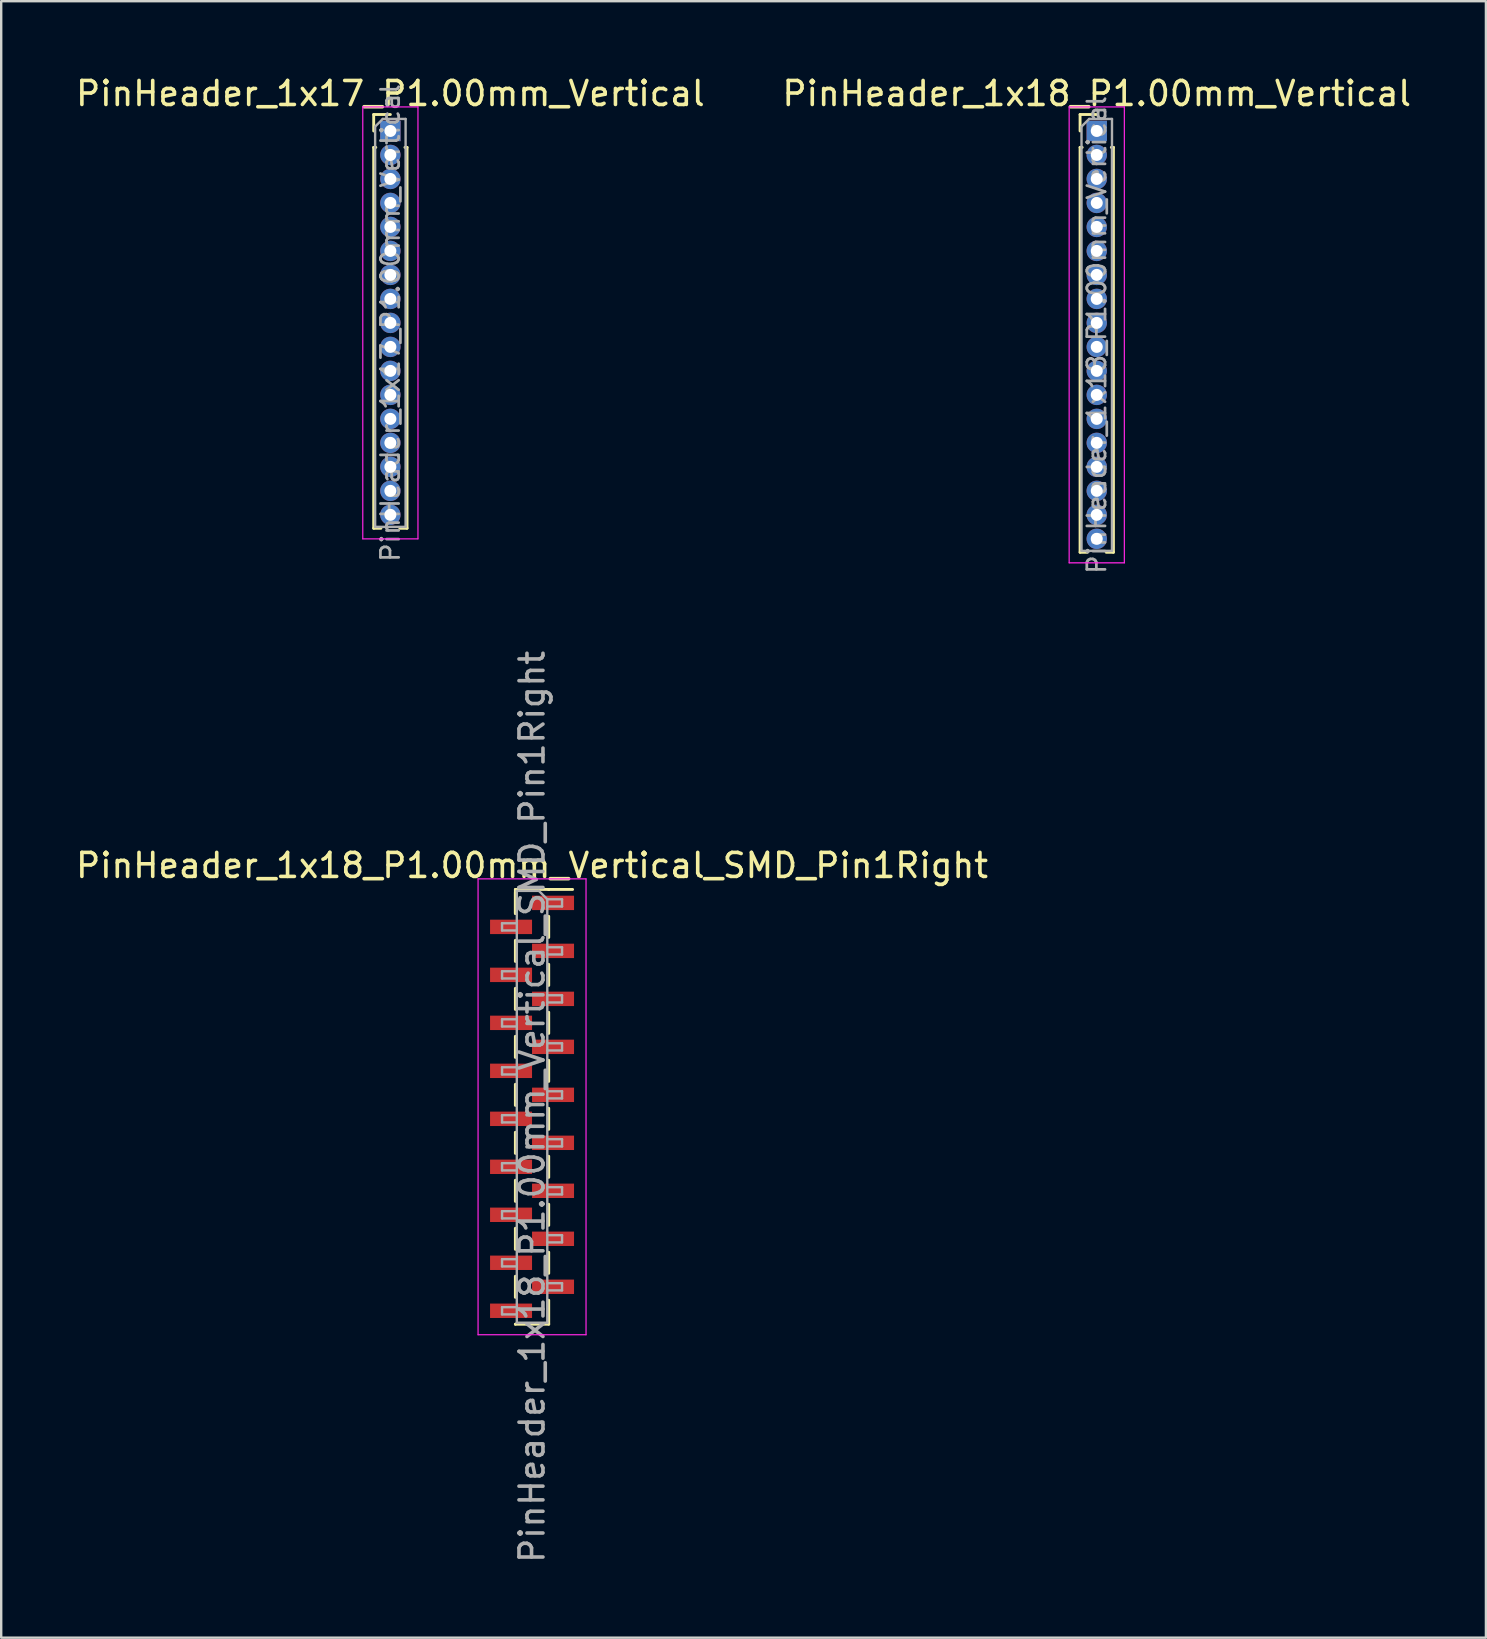
<source format=kicad_pcb>
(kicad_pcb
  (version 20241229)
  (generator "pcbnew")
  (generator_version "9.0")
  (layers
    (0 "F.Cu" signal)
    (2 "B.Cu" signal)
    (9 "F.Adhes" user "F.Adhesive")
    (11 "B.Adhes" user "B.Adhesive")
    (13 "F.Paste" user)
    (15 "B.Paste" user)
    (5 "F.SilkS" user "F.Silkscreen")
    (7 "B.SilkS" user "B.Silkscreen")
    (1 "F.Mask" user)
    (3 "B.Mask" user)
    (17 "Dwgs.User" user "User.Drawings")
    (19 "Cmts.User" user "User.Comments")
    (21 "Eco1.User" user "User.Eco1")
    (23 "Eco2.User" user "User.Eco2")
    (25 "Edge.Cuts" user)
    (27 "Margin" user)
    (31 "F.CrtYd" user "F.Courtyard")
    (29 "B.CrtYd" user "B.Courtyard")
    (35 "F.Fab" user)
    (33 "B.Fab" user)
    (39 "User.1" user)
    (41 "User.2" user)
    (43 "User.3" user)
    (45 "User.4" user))
  (footprint "PinHeader_1x17_P1.00mm_Vertical"
    (layer "F.Cu")
    (at 13.22 2.408)
    (property "Reference" "PinHeader_1x17_P1.00mm_Vertical" (at 0 -1.56 0) (layer "F.SilkS") (effects (font (size 1 1) (thickness 0.15))))
    (attr through_hole)
    (fp_line (start -0.695 -0.685) (end 0 -0.685) (stroke (width 0.12) (type solid)) (layer "F.SilkS"))
    (fp_line (start -0.695 0) (end -0.695 -0.685) (stroke (width 0.12) (type solid)) (layer "F.SilkS"))
    (fp_line (start -0.695 0.685) (end -0.695 16.56) (stroke (width 0.12) (type solid)) (layer "F.SilkS"))
    (fp_line (start -0.695 0.685) (end -0.608 0.685) (stroke (width 0.12) (type solid)) (layer "F.SilkS"))
    (fp_line (start -0.695 16.56) (end -0.394 16.56) (stroke (width 0.12) (type solid)) (layer "F.SilkS"))
    (fp_line (start 0.394 16.56) (end 0.695 16.56) (stroke (width 0.12) (type solid)) (layer "F.SilkS"))
    (fp_line (start 0.608 0.685) (end 0.695 0.685) (stroke (width 0.12) (type solid)) (layer "F.SilkS"))
    (fp_line (start 0.695 0.685) (end 0.695 16.56) (stroke (width 0.12) (type solid)) (layer "F.SilkS"))
    (fp_line (start -1.15 -1) (end -1.15 17) (stroke (width 0.05) (type solid)) (layer "F.CrtYd"))
    (fp_line (start -1.15 17) (end 1.15 17) (stroke (width 0.05) (type solid)) (layer "F.CrtYd"))
    (fp_line (start 1.15 -1) (end -1.15 -1) (stroke (width 0.05) (type solid)) (layer "F.CrtYd"))
    (fp_line (start 1.15 17) (end 1.15 -1) (stroke (width 0.05) (type solid)) (layer "F.CrtYd"))
    (fp_line (start -0.635 -0.182) (end -0.318 -0.5) (stroke (width 0.1) (type solid)) (layer "F.Fab"))
    (fp_line (start -0.635 16.5) (end -0.635 -0.182) (stroke (width 0.1) (type solid)) (layer "F.Fab"))
    (fp_line (start -0.318 -0.5) (end 0.635 -0.5) (stroke (width 0.1) (type solid)) (layer "F.Fab"))
    (fp_line (start 0.635 -0.5) (end 0.635 16.5) (stroke (width 0.1) (type solid)) (layer "F.Fab"))
    (fp_line (start 0.635 16.5) (end -0.635 16.5) (stroke (width 0.1) (type solid)) (layer "F.Fab"))
    (fp_text user "${REFERENCE}" (at 0 8 90) (layer "F.Fab") (effects (font (size 0.76 0.76) (thickness 0.114))))
    (pad "1" thru_hole rect (at 0 0) (size 0.85 0.85) (drill 0.5) (layers "*.Cu" "*.Mask"))
    (pad "2" thru_hole oval (at 0 1) (size 0.85 0.85) (drill 0.5) (layers "*.Cu" "*.Mask"))
    (pad "3" thru_hole oval (at 0 2) (size 0.85 0.85) (drill 0.5) (layers "*.Cu" "*.Mask"))
    (pad "4" thru_hole oval (at 0 3) (size 0.85 0.85) (drill 0.5) (layers "*.Cu" "*.Mask"))
    (pad "5" thru_hole oval (at 0 4) (size 0.85 0.85) (drill 0.5) (layers "*.Cu" "*.Mask"))
    (pad "6" thru_hole oval (at 0 5) (size 0.85 0.85) (drill 0.5) (layers "*.Cu" "*.Mask"))
    (pad "7" thru_hole oval (at 0 6) (size 0.85 0.85) (drill 0.5) (layers "*.Cu" "*.Mask"))
    (pad "8" thru_hole oval (at 0 7) (size 0.85 0.85) (drill 0.5) (layers "*.Cu" "*.Mask"))
    (pad "9" thru_hole oval (at 0 8) (size 0.85 0.85) (drill 0.5) (layers "*.Cu" "*.Mask"))
    (pad "10" thru_hole oval (at 0 9) (size 0.85 0.85) (drill 0.5) (layers "*.Cu" "*.Mask"))
    (pad "11" thru_hole oval (at 0 10) (size 0.85 0.85) (drill 0.5) (layers "*.Cu" "*.Mask"))
    (pad "12" thru_hole oval (at 0 11) (size 0.85 0.85) (drill 0.5) (layers "*.Cu" "*.Mask"))
    (pad "13" thru_hole oval (at 0 12) (size 0.85 0.85) (drill 0.5) (layers "*.Cu" "*.Mask"))
    (pad "14" thru_hole oval (at 0 13) (size 0.85 0.85) (drill 0.5) (layers "*.Cu" "*.Mask"))
    (pad "15" thru_hole oval (at 0 14) (size 0.85 0.85) (drill 0.5) (layers "*.Cu" "*.Mask"))
    (pad "16" thru_hole oval (at 0 15) (size 0.85 0.85) (drill 0.5) (layers "*.Cu" "*.Mask"))
    (pad "17" thru_hole oval (at 0 16) (size 0.85 0.85) (drill 0.5) (layers "*.Cu" "*.Mask")))
  (footprint "PinHeader_1x18_P1.00mm_Vertical"
    (layer "F.Cu")
    (at 42.661 2.408)
    (property "Reference" "PinHeader_1x18_P1.00mm_Vertical" (at 0 -1.56 0) (layer "F.SilkS") (effects (font (size 1 1) (thickness 0.15))))
    (attr through_hole)
    (fp_line (start -0.695 -0.685) (end 0 -0.685) (stroke (width 0.12) (type solid)) (layer "F.SilkS"))
    (fp_line (start -0.695 0) (end -0.695 -0.685) (stroke (width 0.12) (type solid)) (layer "F.SilkS"))
    (fp_line (start -0.695 0.685) (end -0.695 17.56) (stroke (width 0.12) (type solid)) (layer "F.SilkS"))
    (fp_line (start -0.695 0.685) (end -0.608 0.685) (stroke (width 0.12) (type solid)) (layer "F.SilkS"))
    (fp_line (start -0.695 17.56) (end -0.394 17.56) (stroke (width 0.12) (type solid)) (layer "F.SilkS"))
    (fp_line (start 0.394 17.56) (end 0.695 17.56) (stroke (width 0.12) (type solid)) (layer "F.SilkS"))
    (fp_line (start 0.608 0.685) (end 0.695 0.685) (stroke (width 0.12) (type solid)) (layer "F.SilkS"))
    (fp_line (start 0.695 0.685) (end 0.695 17.56) (stroke (width 0.12) (type solid)) (layer "F.SilkS"))
    (fp_line (start -1.15 -1) (end -1.15 18) (stroke (width 0.05) (type solid)) (layer "F.CrtYd"))
    (fp_line (start -1.15 18) (end 1.15 18) (stroke (width 0.05) (type solid)) (layer "F.CrtYd"))
    (fp_line (start 1.15 -1) (end -1.15 -1) (stroke (width 0.05) (type solid)) (layer "F.CrtYd"))
    (fp_line (start 1.15 18) (end 1.15 -1) (stroke (width 0.05) (type solid)) (layer "F.CrtYd"))
    (fp_line (start -0.635 -0.182) (end -0.318 -0.5) (stroke (width 0.1) (type solid)) (layer "F.Fab"))
    (fp_line (start -0.635 17.5) (end -0.635 -0.182) (stroke (width 0.1) (type solid)) (layer "F.Fab"))
    (fp_line (start -0.318 -0.5) (end 0.635 -0.5) (stroke (width 0.1) (type solid)) (layer "F.Fab"))
    (fp_line (start 0.635 -0.5) (end 0.635 17.5) (stroke (width 0.1) (type solid)) (layer "F.Fab"))
    (fp_line (start 0.635 17.5) (end -0.635 17.5) (stroke (width 0.1) (type solid)) (layer "F.Fab"))
    (fp_text user "${REFERENCE}" (at 0 8.5 90) (layer "F.Fab") (effects (font (size 0.76 0.76) (thickness 0.114))))
    (pad "1" thru_hole rect (at 0 0) (size 0.85 0.85) (drill 0.5) (layers "*.Cu" "*.Mask"))
    (pad "2" thru_hole oval (at 0 1) (size 0.85 0.85) (drill 0.5) (layers "*.Cu" "*.Mask"))
    (pad "3" thru_hole oval (at 0 2) (size 0.85 0.85) (drill 0.5) (layers "*.Cu" "*.Mask"))
    (pad "4" thru_hole oval (at 0 3) (size 0.85 0.85) (drill 0.5) (layers "*.Cu" "*.Mask"))
    (pad "5" thru_hole oval (at 0 4) (size 0.85 0.85) (drill 0.5) (layers "*.Cu" "*.Mask"))
    (pad "6" thru_hole oval (at 0 5) (size 0.85 0.85) (drill 0.5) (layers "*.Cu" "*.Mask"))
    (pad "7" thru_hole oval (at 0 6) (size 0.85 0.85) (drill 0.5) (layers "*.Cu" "*.Mask"))
    (pad "8" thru_hole oval (at 0 7) (size 0.85 0.85) (drill 0.5) (layers "*.Cu" "*.Mask"))
    (pad "9" thru_hole oval (at 0 8) (size 0.85 0.85) (drill 0.5) (layers "*.Cu" "*.Mask"))
    (pad "10" thru_hole oval (at 0 9) (size 0.85 0.85) (drill 0.5) (layers "*.Cu" "*.Mask"))
    (pad "11" thru_hole oval (at 0 10) (size 0.85 0.85) (drill 0.5) (layers "*.Cu" "*.Mask"))
    (pad "12" thru_hole oval (at 0 11) (size 0.85 0.85) (drill 0.5) (layers "*.Cu" "*.Mask"))
    (pad "13" thru_hole oval (at 0 12) (size 0.85 0.85) (drill 0.5) (layers "*.Cu" "*.Mask"))
    (pad "14" thru_hole oval (at 0 13) (size 0.85 0.85) (drill 0.5) (layers "*.Cu" "*.Mask"))
    (pad "15" thru_hole oval (at 0 14) (size 0.85 0.85) (drill 0.5) (layers "*.Cu" "*.Mask"))
    (pad "16" thru_hole oval (at 0 15) (size 0.85 0.85) (drill 0.5) (layers "*.Cu" "*.Mask"))
    (pad "17" thru_hole oval (at 0 16) (size 0.85 0.85) (drill 0.5) (layers "*.Cu" "*.Mask"))
    (pad "18" thru_hole oval (at 0 17) (size 0.85 0.85) (drill 0.5) (layers "*.Cu" "*.Mask")))
  (footprint "PinHeader_1x18_P1.00mm_Vertical_SMD_Pin1Right"
    (layer "F.Cu")
    (at 19.125 43.081)
    (property "Reference" "PinHeader_1x18_P1.00mm_Vertical_SMD_Pin1Right" (at 0 -10.06 0) (layer "F.SilkS") (effects (font (size 1 1) (thickness 0.15))))
    (attr smd)
    (fp_line (start -0.695 -9.06) (end -0.695 -8.06) (stroke (width 0.12) (type solid)) (layer "F.SilkS"))
    (fp_line (start -0.695 -9.06) (end 0.695 -9.06) (stroke (width 0.12) (type solid)) (layer "F.SilkS"))
    (fp_line (start -0.695 -8.94) (end -0.695 -8.06) (stroke (width 0.12) (type solid)) (layer "F.SilkS"))
    (fp_line (start -0.695 -6.94) (end -0.695 -6.06) (stroke (width 0.12) (type solid)) (layer "F.SilkS"))
    (fp_line (start -0.695 -4.94) (end -0.695 -4.06) (stroke (width 0.12) (type solid)) (layer "F.SilkS"))
    (fp_line (start -0.695 -2.94) (end -0.695 -2.06) (stroke (width 0.12) (type solid)) (layer "F.SilkS"))
    (fp_line (start -0.695 -0.94) (end -0.695 -0.06) (stroke (width 0.12) (type solid)) (layer "F.SilkS"))
    (fp_line (start -0.695 1.06) (end -0.695 1.94) (stroke (width 0.12) (type solid)) (layer "F.SilkS"))
    (fp_line (start -0.695 3.06) (end -0.695 3.94) (stroke (width 0.12) (type solid)) (layer "F.SilkS"))
    (fp_line (start -0.695 5.06) (end -0.695 5.94) (stroke (width 0.12) (type solid)) (layer "F.SilkS"))
    (fp_line (start -0.695 7.06) (end -0.695 7.94) (stroke (width 0.12) (type solid)) (layer "F.SilkS"))
    (fp_line (start -0.695 9.06) (end -0.695 9.06) (stroke (width 0.12) (type solid)) (layer "F.SilkS"))
    (fp_line (start -0.695 9.06) (end 0.695 9.06) (stroke (width 0.12) (type solid)) (layer "F.SilkS"))
    (fp_line (start 0.695 -9.06) (end 0.695 -9.06) (stroke (width 0.12) (type solid)) (layer "F.SilkS"))
    (fp_line (start 0.695 -9.06) (end 1.69 -9.06) (stroke (width 0.12) (type solid)) (layer "F.SilkS"))
    (fp_line (start 0.695 -7.94) (end 0.695 -7.06) (stroke (width 0.12) (type solid)) (layer "F.SilkS"))
    (fp_line (start 0.695 -5.94) (end 0.695 -5.06) (stroke (width 0.12) (type solid)) (layer "F.SilkS"))
    (fp_line (start 0.695 -3.94) (end 0.695 -3.06) (stroke (width 0.12) (type solid)) (layer "F.SilkS"))
    (fp_line (start 0.695 -1.94) (end 0.695 -1.06) (stroke (width 0.12) (type solid)) (layer "F.SilkS"))
    (fp_line (start 0.695 0.06) (end 0.695 0.94) (stroke (width 0.12) (type solid)) (layer "F.SilkS"))
    (fp_line (start 0.695 2.06) (end 0.695 2.94) (stroke (width 0.12) (type solid)) (layer "F.SilkS"))
    (fp_line (start 0.695 4.06) (end 0.695 4.94) (stroke (width 0.12) (type solid)) (layer "F.SilkS"))
    (fp_line (start 0.695 6.06) (end 0.695 6.94) (stroke (width 0.12) (type solid)) (layer "F.SilkS"))
    (fp_line (start 0.695 8.06) (end 0.695 9.06) (stroke (width 0.12) (type solid)) (layer "F.SilkS"))
    (fp_line (start -2.25 -9.5) (end -2.25 9.5) (stroke (width 0.05) (type solid)) (layer "F.CrtYd"))
    (fp_line (start -2.25 9.5) (end 2.25 9.5) (stroke (width 0.05) (type solid)) (layer "F.CrtYd"))
    (fp_line (start 2.25 -9.5) (end -2.25 -9.5) (stroke (width 0.05) (type solid)) (layer "F.CrtYd"))
    (fp_line (start 2.25 9.5) (end 2.25 -9.5) (stroke (width 0.05) (type solid)) (layer "F.CrtYd"))
    (fp_line (start -1.25 -7.65) (end -1.25 -7.35) (stroke (width 0.1) (type solid)) (layer "F.Fab"))
    (fp_line (start -1.25 -7.35) (end -0.635 -7.35) (stroke (width 0.1) (type solid)) (layer "F.Fab"))
    (fp_line (start -1.25 -5.65) (end -1.25 -5.35) (stroke (width 0.1) (type solid)) (layer "F.Fab"))
    (fp_line (start -1.25 -5.35) (end -0.635 -5.35) (stroke (width 0.1) (type solid)) (layer "F.Fab"))
    (fp_line (start -1.25 -3.65) (end -1.25 -3.35) (stroke (width 0.1) (type solid)) (layer "F.Fab"))
    (fp_line (start -1.25 -3.35) (end -0.635 -3.35) (stroke (width 0.1) (type solid)) (layer "F.Fab"))
    (fp_line (start -1.25 -1.65) (end -1.25 -1.35) (stroke (width 0.1) (type solid)) (layer "F.Fab"))
    (fp_line (start -1.25 -1.35) (end -0.635 -1.35) (stroke (width 0.1) (type solid)) (layer "F.Fab"))
    (fp_line (start -1.25 0.35) (end -1.25 0.65) (stroke (width 0.1) (type solid)) (layer "F.Fab"))
    (fp_line (start -1.25 0.65) (end -0.635 0.65) (stroke (width 0.1) (type solid)) (layer "F.Fab"))
    (fp_line (start -1.25 2.35) (end -1.25 2.65) (stroke (width 0.1) (type solid)) (layer "F.Fab"))
    (fp_line (start -1.25 2.65) (end -0.635 2.65) (stroke (width 0.1) (type solid)) (layer "F.Fab"))
    (fp_line (start -1.25 4.35) (end -1.25 4.65) (stroke (width 0.1) (type solid)) (layer "F.Fab"))
    (fp_line (start -1.25 4.65) (end -0.635 4.65) (stroke (width 0.1) (type solid)) (layer "F.Fab"))
    (fp_line (start -1.25 6.35) (end -1.25 6.65) (stroke (width 0.1) (type solid)) (layer "F.Fab"))
    (fp_line (start -1.25 6.65) (end -0.635 6.65) (stroke (width 0.1) (type solid)) (layer "F.Fab"))
    (fp_line (start -1.25 8.35) (end -1.25 8.65) (stroke (width 0.1) (type solid)) (layer "F.Fab"))
    (fp_line (start -1.25 8.65) (end -0.635 8.65) (stroke (width 0.1) (type solid)) (layer "F.Fab"))
    (fp_line (start -0.635 -9) (end -0.635 9) (stroke (width 0.1) (type solid)) (layer "F.Fab"))
    (fp_line (start -0.635 -9) (end 0.285 -9) (stroke (width 0.1) (type solid)) (layer "F.Fab"))
    (fp_line (start -0.635 -7.65) (end -1.25 -7.65) (stroke (width 0.1) (type solid)) (layer "F.Fab"))
    (fp_line (start -0.635 -5.65) (end -1.25 -5.65) (stroke (width 0.1) (type solid)) (layer "F.Fab"))
    (fp_line (start -0.635 -3.65) (end -1.25 -3.65) (stroke (width 0.1) (type solid)) (layer "F.Fab"))
    (fp_line (start -0.635 -1.65) (end -1.25 -1.65) (stroke (width 0.1) (type solid)) (layer "F.Fab"))
    (fp_line (start -0.635 0.35) (end -1.25 0.35) (stroke (width 0.1) (type solid)) (layer "F.Fab"))
    (fp_line (start -0.635 2.35) (end -1.25 2.35) (stroke (width 0.1) (type solid)) (layer "F.Fab"))
    (fp_line (start -0.635 4.35) (end -1.25 4.35) (stroke (width 0.1) (type solid)) (layer "F.Fab"))
    (fp_line (start -0.635 6.35) (end -1.25 6.35) (stroke (width 0.1) (type solid)) (layer "F.Fab"))
    (fp_line (start -0.635 8.35) (end -1.25 8.35) (stroke (width 0.1) (type solid)) (layer "F.Fab"))
    (fp_line (start 0.635 -8.65) (end 0.285 -9) (stroke (width 0.1) (type solid)) (layer "F.Fab"))
    (fp_line (start 0.635 -8.65) (end 1.25 -8.65) (stroke (width 0.1) (type solid)) (layer "F.Fab"))
    (fp_line (start 0.635 -6.65) (end 1.25 -6.65) (stroke (width 0.1) (type solid)) (layer "F.Fab"))
    (fp_line (start 0.635 -4.65) (end 1.25 -4.65) (stroke (width 0.1) (type solid)) (layer "F.Fab"))
    (fp_line (start 0.635 -2.65) (end 1.25 -2.65) (stroke (width 0.1) (type solid)) (layer "F.Fab"))
    (fp_line (start 0.635 -0.65) (end 1.25 -0.65) (stroke (width 0.1) (type solid)) (layer "F.Fab"))
    (fp_line (start 0.635 1.35) (end 1.25 1.35) (stroke (width 0.1) (type solid)) (layer "F.Fab"))
    (fp_line (start 0.635 3.35) (end 1.25 3.35) (stroke (width 0.1) (type solid)) (layer "F.Fab"))
    (fp_line (start 0.635 5.35) (end 1.25 5.35) (stroke (width 0.1) (type solid)) (layer "F.Fab"))
    (fp_line (start 0.635 7.35) (end 1.25 7.35) (stroke (width 0.1) (type solid)) (layer "F.Fab"))
    (fp_line (start 0.635 9) (end -0.635 9) (stroke (width 0.1) (type solid)) (layer "F.Fab"))
    (fp_line (start 0.635 9) (end 0.635 -8.65) (stroke (width 0.1) (type solid)) (layer "F.Fab"))
    (fp_line (start 1.25 -8.65) (end 1.25 -8.35) (stroke (width 0.1) (type solid)) (layer "F.Fab"))
    (fp_line (start 1.25 -8.35) (end 0.635 -8.35) (stroke (width 0.1) (type solid)) (layer "F.Fab"))
    (fp_line (start 1.25 -6.65) (end 1.25 -6.35) (stroke (width 0.1) (type solid)) (layer "F.Fab"))
    (fp_line (start 1.25 -6.35) (end 0.635 -6.35) (stroke (width 0.1) (type solid)) (layer "F.Fab"))
    (fp_line (start 1.25 -4.65) (end 1.25 -4.35) (stroke (width 0.1) (type solid)) (layer "F.Fab"))
    (fp_line (start 1.25 -4.35) (end 0.635 -4.35) (stroke (width 0.1) (type solid)) (layer "F.Fab"))
    (fp_line (start 1.25 -2.65) (end 1.25 -2.35) (stroke (width 0.1) (type solid)) (layer "F.Fab"))
    (fp_line (start 1.25 -2.35) (end 0.635 -2.35) (stroke (width 0.1) (type solid)) (layer "F.Fab"))
    (fp_line (start 1.25 -0.65) (end 1.25 -0.35) (stroke (width 0.1) (type solid)) (layer "F.Fab"))
    (fp_line (start 1.25 -0.35) (end 0.635 -0.35) (stroke (width 0.1) (type solid)) (layer "F.Fab"))
    (fp_line (start 1.25 1.35) (end 1.25 1.65) (stroke (width 0.1) (type solid)) (layer "F.Fab"))
    (fp_line (start 1.25 1.65) (end 0.635 1.65) (stroke (width 0.1) (type solid)) (layer "F.Fab"))
    (fp_line (start 1.25 3.35) (end 1.25 3.65) (stroke (width 0.1) (type solid)) (layer "F.Fab"))
    (fp_line (start 1.25 3.65) (end 0.635 3.65) (stroke (width 0.1) (type solid)) (layer "F.Fab"))
    (fp_line (start 1.25 5.35) (end 1.25 5.65) (stroke (width 0.1) (type solid)) (layer "F.Fab"))
    (fp_line (start 1.25 5.65) (end 0.635 5.65) (stroke (width 0.1) (type solid)) (layer "F.Fab"))
    (fp_line (start 1.25 7.35) (end 1.25 7.65) (stroke (width 0.1) (type solid)) (layer "F.Fab"))
    (fp_line (start 1.25 7.65) (end 0.635 7.65) (stroke (width 0.1) (type solid)) (layer "F.Fab"))
    (fp_text user "${REFERENCE}" (at 0 0 90) (layer "F.Fab") (effects (font (size 1 1) (thickness 0.15))))
    (pad "1" smd rect (at 0.875 -8.5) (size 1.75 0.6) (layers "F.Cu" "F.Mask" "F.Paste"))
    (pad "2" smd rect (at -0.875 -7.5) (size 1.75 0.6) (layers "F.Cu" "F.Mask" "F.Paste"))
    (pad "3" smd rect (at 0.875 -6.5) (size 1.75 0.6) (layers "F.Cu" "F.Mask" "F.Paste"))
    (pad "4" smd rect (at -0.875 -5.5) (size 1.75 0.6) (layers "F.Cu" "F.Mask" "F.Paste"))
    (pad "5" smd rect (at 0.875 -4.5) (size 1.75 0.6) (layers "F.Cu" "F.Mask" "F.Paste"))
    (pad "6" smd rect (at -0.875 -3.5) (size 1.75 0.6) (layers "F.Cu" "F.Mask" "F.Paste"))
    (pad "7" smd rect (at 0.875 -2.5) (size 1.75 0.6) (layers "F.Cu" "F.Mask" "F.Paste"))
    (pad "8" smd rect (at -0.875 -1.5) (size 1.75 0.6) (layers "F.Cu" "F.Mask" "F.Paste"))
    (pad "9" smd rect (at 0.875 -0.5) (size 1.75 0.6) (layers "F.Cu" "F.Mask" "F.Paste"))
    (pad "10" smd rect (at -0.875 0.5) (size 1.75 0.6) (layers "F.Cu" "F.Mask" "F.Paste"))
    (pad "11" smd rect (at 0.875 1.5) (size 1.75 0.6) (layers "F.Cu" "F.Mask" "F.Paste"))
    (pad "12" smd rect (at -0.875 2.5) (size 1.75 0.6) (layers "F.Cu" "F.Mask" "F.Paste"))
    (pad "13" smd rect (at 0.875 3.5) (size 1.75 0.6) (layers "F.Cu" "F.Mask" "F.Paste"))
    (pad "14" smd rect (at -0.875 4.5) (size 1.75 0.6) (layers "F.Cu" "F.Mask" "F.Paste"))
    (pad "15" smd rect (at 0.875 5.5) (size 1.75 0.6) (layers "F.Cu" "F.Mask" "F.Paste"))
    (pad "16" smd rect (at -0.875 6.5) (size 1.75 0.6) (layers "F.Cu" "F.Mask" "F.Paste"))
    (pad "17" smd rect (at 0.875 7.5) (size 1.75 0.6) (layers "F.Cu" "F.Mask" "F.Paste"))
    (pad "18" smd rect (at -0.875 8.5) (size 1.75 0.6) (layers "F.Cu" "F.Mask" "F.Paste")))
  (gr_rect
    (start -3 -3)
    (end 58.881 65.206)
    (stroke (width 0.1) (type default))
    (fill no)
    (layer "Edge.Cuts")))
</source>
